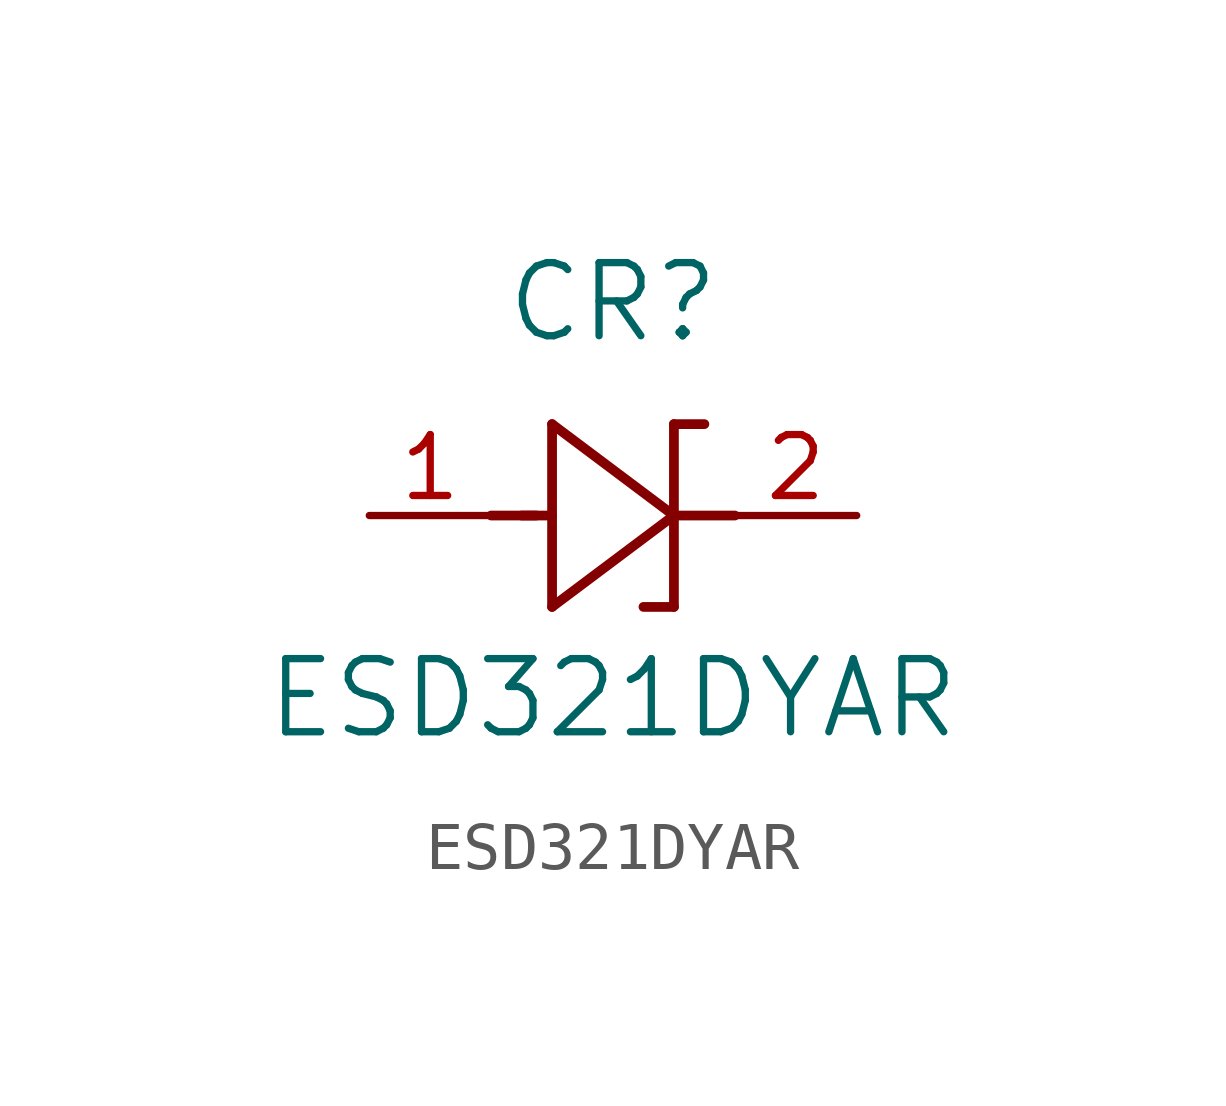
<source format=kicad_sym>
(kicad_symbol_lib
  (version 20211014)
  (generator kicad_symbol_editor)
  (symbol "ESD321DYAR"
    (pin_names
      (offset 0.254))
    (property "Reference" "CR"
      (at 5.08 4.445 0)
      (effects (font (size 1.524 1.524))))
    (property "Value" "ESD321DYAR"
      (at 5.08 -3.81 0)
      (effects (font (size 1.524 1.524))))
    (symbol "ESD321DYAR_0_1"
      (polyline (pts (xy 2.54 0) (xy 3.48 0)) (stroke (width 0.203) (type default) (color 0 0 0 0)) (fill (type none)))
      (polyline (pts (xy 3.175 0) (xy 3.81 0)) (stroke (width 0.203) (type default) (color 0 0 0 0)) (fill (type none)))
      (polyline (pts (xy 3.81 -1.905) (xy 6.35 0)) (stroke (width 0.203) (type default) (color 0 0 0 0)) (fill (type none)))
      (polyline (pts (xy 6.35 -1.905) (xy 5.715 -1.905)) (stroke (width 0.203) (type default) (color 0 0 0 0)) (fill (type none)))
      (polyline (pts (xy 6.35 1.905) (xy 6.985 1.905)) (stroke (width 0.203) (type default) (color 0 0 0 0)) (fill (type none)))
      (polyline (pts (xy 3.81 1.905) (xy 3.81 -1.905)) (stroke (width 0.203) (type default) (color 0 0 0 0)) (fill (type none)))
      (polyline (pts (xy 6.35 -1.905) (xy 6.35 1.905)) (stroke (width 0.203) (type default) (color 0 0 0 0)) (fill (type none)))
      (polyline (pts (xy 6.35 0) (xy 3.81 1.905)) (stroke (width 0.203) (type default) (color 0 0 0 0)) (fill (type none)))
      (polyline (pts (xy 6.35 0) (xy 7.62 0)) (stroke (width 0.203) (type default) (color 0 0 0 0)) (fill (type none)))
      (pin unspecified line (at 0 0 0) (length 2.54) (name "" (effects (font (size 1.27 1.27)))) (number "1" (effects (font (size 1.27 1.27)))))
      (pin unspecified line (at 10.16 0 180) (length 2.54) (name "" (effects (font (size 1.27 1.27)))) (number "2" (effects (font (size 1.27 1.27))))))))
</source>
